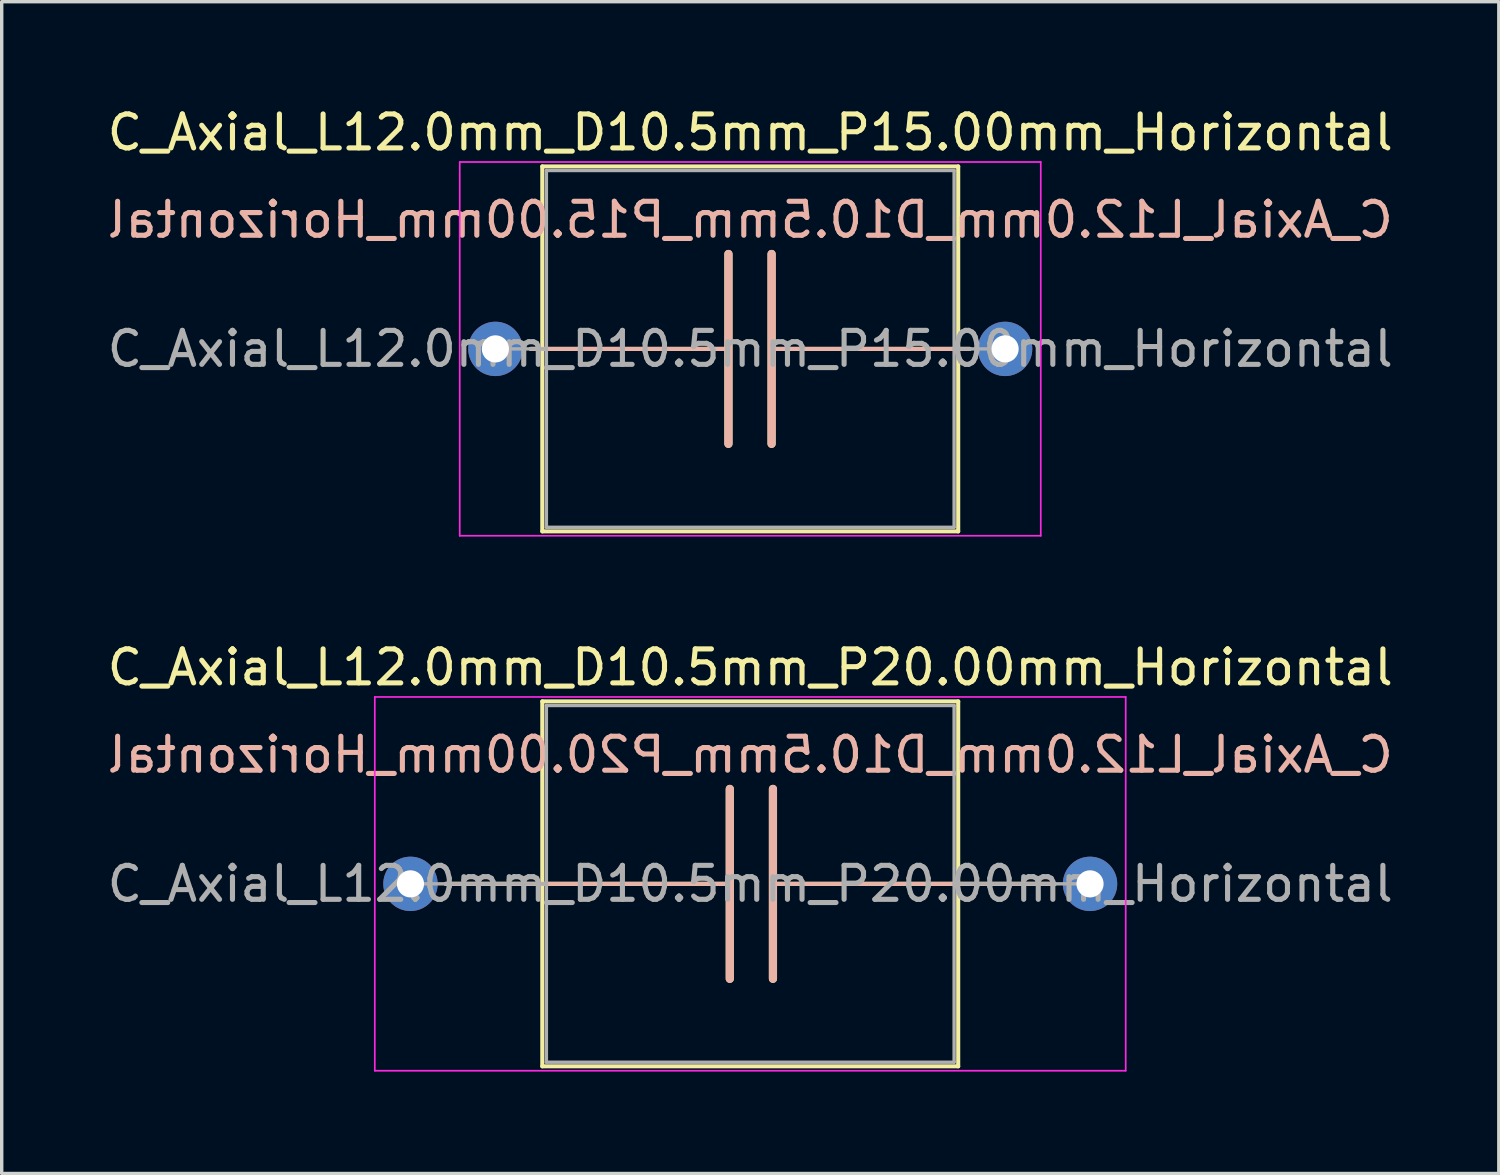
<source format=kicad_pcb>
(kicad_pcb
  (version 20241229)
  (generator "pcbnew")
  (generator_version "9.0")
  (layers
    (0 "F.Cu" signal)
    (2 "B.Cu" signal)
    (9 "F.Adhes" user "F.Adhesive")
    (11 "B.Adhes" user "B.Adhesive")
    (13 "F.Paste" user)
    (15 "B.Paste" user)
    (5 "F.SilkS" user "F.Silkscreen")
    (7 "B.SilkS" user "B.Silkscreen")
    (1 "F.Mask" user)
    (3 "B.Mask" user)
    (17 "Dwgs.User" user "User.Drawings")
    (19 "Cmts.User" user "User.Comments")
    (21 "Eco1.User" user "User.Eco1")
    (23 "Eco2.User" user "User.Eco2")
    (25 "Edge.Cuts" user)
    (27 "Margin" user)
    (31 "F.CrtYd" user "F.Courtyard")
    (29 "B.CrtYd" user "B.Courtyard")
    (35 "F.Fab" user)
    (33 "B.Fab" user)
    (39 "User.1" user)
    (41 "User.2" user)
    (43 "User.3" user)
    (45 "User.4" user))
  (footprint "C_Axial_L12.0mm_D10.5mm_P20.00mm_Horizontal"
    (layer "F.Cu")
    (at 9.03 22.962)
    (property "Reference" "C_Axial_L12.0mm_D10.5mm_P20.00mm_Horizontal" (at 10 -6.37 0) (layer "F.SilkS") (effects (font (size 1 1) (thickness 0.15))))
    (fp_line (start 1.04 0) (end 3.88 0) (stroke (width 0.12) (type solid)) (layer "F.SilkS"))
    (fp_line (start 3.88 -5.37) (end 3.88 5.37) (stroke (width 0.12) (type solid)) (layer "F.SilkS"))
    (fp_line (start 3.88 0) (end 9.398 0) (stroke (width 0.12) (type solid)) (layer "F.SilkS"))
    (fp_line (start 3.88 5.37) (end 16.12 5.37) (stroke (width 0.12) (type solid)) (layer "F.SilkS"))
    (fp_line (start 9.398 -2.794) (end 9.398 2.794) (stroke (width 0.24) (type solid)) (layer "F.SilkS"))
    (fp_line (start 10.668 2.794) (end 10.668 -2.794) (stroke (width 0.24) (type solid)) (layer "F.SilkS"))
    (fp_line (start 16.12 -5.37) (end 3.88 -5.37) (stroke (width 0.12) (type solid)) (layer "F.SilkS"))
    (fp_line (start 16.12 5.37) (end 16.12 -5.37) (stroke (width 0.12) (type solid)) (layer "F.SilkS"))
    (fp_line (start 16.129 0) (end 10.668 0) (stroke (width 0.12) (type solid)) (layer "F.SilkS"))
    (fp_line (start 18.96 0) (end 16.12 0) (stroke (width 0.12) (type solid)) (layer "F.SilkS"))
    (fp_line (start 1.04 0) (end 3.88 0) (stroke (width 0.12) (type solid)) (layer "B.SilkS"))
    (fp_line (start 3.88 0) (end 9.398 0) (stroke (width 0.12) (type solid)) (layer "B.SilkS"))
    (fp_line (start 9.398 2.794) (end 9.398 -2.794) (stroke (width 0.24) (type solid)) (layer "B.SilkS"))
    (fp_line (start 10.668 -2.794) (end 10.668 2.794) (stroke (width 0.24) (type solid)) (layer "B.SilkS"))
    (fp_line (start 16.129 0) (end 10.668 0) (stroke (width 0.12) (type solid)) (layer "B.SilkS"))
    (fp_line (start 18.96 0) (end 16.12 0) (stroke (width 0.12) (type solid)) (layer "B.SilkS"))
    (fp_line (start -1.05 -5.5) (end -1.05 5.5) (stroke (width 0.05) (type solid)) (layer "F.CrtYd"))
    (fp_line (start -1.05 5.5) (end 21.05 5.5) (stroke (width 0.05) (type solid)) (layer "F.CrtYd"))
    (fp_line (start 21.05 -5.5) (end -1.05 -5.5) (stroke (width 0.05) (type solid)) (layer "F.CrtYd"))
    (fp_line (start 21.05 5.5) (end 21.05 -5.5) (stroke (width 0.05) (type solid)) (layer "F.CrtYd"))
    (fp_line (start 0 0) (end 4 0) (stroke (width 0.1) (type solid)) (layer "F.Fab"))
    (fp_line (start 4 -5.25) (end 4 5.25) (stroke (width 0.1) (type solid)) (layer "F.Fab"))
    (fp_line (start 4 5.25) (end 16 5.25) (stroke (width 0.1) (type solid)) (layer "F.Fab"))
    (fp_line (start 16 -5.25) (end 4 -5.25) (stroke (width 0.1) (type solid)) (layer "F.Fab"))
    (fp_line (start 16 5.25) (end 16 -5.25) (stroke (width 0.1) (type solid)) (layer "F.Fab"))
    (fp_line (start 20 0) (end 16 0) (stroke (width 0.1) (type solid)) (layer "F.Fab"))
    (fp_text user "${REFERENCE}" (at 10 -3.8 0) (layer "B.SilkS") (effects (font (size 1 1) (thickness 0.15)) (justify mirror)))
    (fp_text user "${REFERENCE}" (at 10 0 0) (layer "F.Fab") (effects (font (size 1 1) (thickness 0.15))))
    (pad "1" thru_hole circle (at 0 0) (size 1.6 1.6) (drill 0.8) (layers "*.Cu" "*.Mask"))
    (pad "2" thru_hole oval (at 20 0) (size 1.6 1.6) (drill 0.8) (layers "*.Cu" "*.Mask")))
  (footprint "C_Axial_L12.0mm_D10.5mm_P15.00mm_Horizontal"
    (layer "F.Cu")
    (at 11.53 7.218)
    (property "Reference" "C_Axial_L12.0mm_D10.5mm_P15.00mm_Horizontal" (at 7.5 -6.37 0) (layer "F.SilkS") (effects (font (size 1 1) (thickness 0.15))))
    (fp_line (start 1.04 0) (end 1.38 0) (stroke (width 0.12) (type solid)) (layer "F.SilkS"))
    (fp_line (start 1.38 -5.37) (end 1.38 5.37) (stroke (width 0.12) (type solid)) (layer "F.SilkS"))
    (fp_line (start 1.38 0) (end 6.858 0) (stroke (width 0.12) (type solid)) (layer "F.SilkS"))
    (fp_line (start 1.38 5.37) (end 13.62 5.37) (stroke (width 0.12) (type solid)) (layer "F.SilkS"))
    (fp_line (start 6.858 -2.794) (end 6.858 2.794) (stroke (width 0.24) (type solid)) (layer "F.SilkS"))
    (fp_line (start 8.128 2.794) (end 8.128 -2.794) (stroke (width 0.24) (type solid)) (layer "F.SilkS"))
    (fp_line (start 13.62 -5.37) (end 1.38 -5.37) (stroke (width 0.12) (type solid)) (layer "F.SilkS"))
    (fp_line (start 13.62 0) (end 8.128 0) (stroke (width 0.12) (type solid)) (layer "F.SilkS"))
    (fp_line (start 13.62 5.37) (end 13.62 -5.37) (stroke (width 0.12) (type solid)) (layer "F.SilkS"))
    (fp_line (start 13.96 0) (end 13.62 0) (stroke (width 0.12) (type solid)) (layer "F.SilkS"))
    (fp_line (start 1.04 0) (end 1.38 0) (stroke (width 0.12) (type solid)) (layer "B.SilkS"))
    (fp_line (start 1.38 0) (end 6.858 0) (stroke (width 0.12) (type solid)) (layer "B.SilkS"))
    (fp_line (start 6.858 2.794) (end 6.858 -2.794) (stroke (width 0.24) (type solid)) (layer "B.SilkS"))
    (fp_line (start 8.128 -2.794) (end 8.128 2.794) (stroke (width 0.24) (type solid)) (layer "B.SilkS"))
    (fp_line (start 13.62 0) (end 8.128 0) (stroke (width 0.12) (type solid)) (layer "B.SilkS"))
    (fp_line (start 13.96 0) (end 13.62 0) (stroke (width 0.12) (type solid)) (layer "B.SilkS"))
    (fp_line (start -1.05 -5.5) (end -1.05 5.5) (stroke (width 0.05) (type solid)) (layer "F.CrtYd"))
    (fp_line (start -1.05 5.5) (end 16.05 5.5) (stroke (width 0.05) (type solid)) (layer "F.CrtYd"))
    (fp_line (start 16.05 -5.5) (end -1.05 -5.5) (stroke (width 0.05) (type solid)) (layer "F.CrtYd"))
    (fp_line (start 16.05 5.5) (end 16.05 -5.5) (stroke (width 0.05) (type solid)) (layer "F.CrtYd"))
    (fp_line (start 0 0) (end 1.5 0) (stroke (width 0.1) (type solid)) (layer "F.Fab"))
    (fp_line (start 1.5 -5.25) (end 1.5 5.25) (stroke (width 0.1) (type solid)) (layer "F.Fab"))
    (fp_line (start 1.5 5.25) (end 13.5 5.25) (stroke (width 0.1) (type solid)) (layer "F.Fab"))
    (fp_line (start 13.5 -5.25) (end 1.5 -5.25) (stroke (width 0.1) (type solid)) (layer "F.Fab"))
    (fp_line (start 13.5 5.25) (end 13.5 -5.25) (stroke (width 0.1) (type solid)) (layer "F.Fab"))
    (fp_line (start 15 0) (end 13.5 0) (stroke (width 0.1) (type solid)) (layer "F.Fab"))
    (fp_text user "${REFERENCE}" (at 7.5 -3.8 0) (layer "B.SilkS") (effects (font (size 1 1) (thickness 0.15)) (justify mirror)))
    (fp_text user "${REFERENCE}" (at 7.5 0 0) (layer "F.Fab") (effects (font (size 1 1) (thickness 0.15))))
    (pad "1" thru_hole circle (at 0 0) (size 1.6 1.6) (drill 0.8) (layers "*.Cu" "*.Mask"))
    (pad "2" thru_hole oval (at 15 0) (size 1.6 1.6) (drill 0.8) (layers "*.Cu" "*.Mask")))
  (gr_rect
    (start -3 -3)
    (end 41.06 31.486)
    (stroke (width 0.1) (type default))
    (fill no)
    (layer "Edge.Cuts")))
</source>
